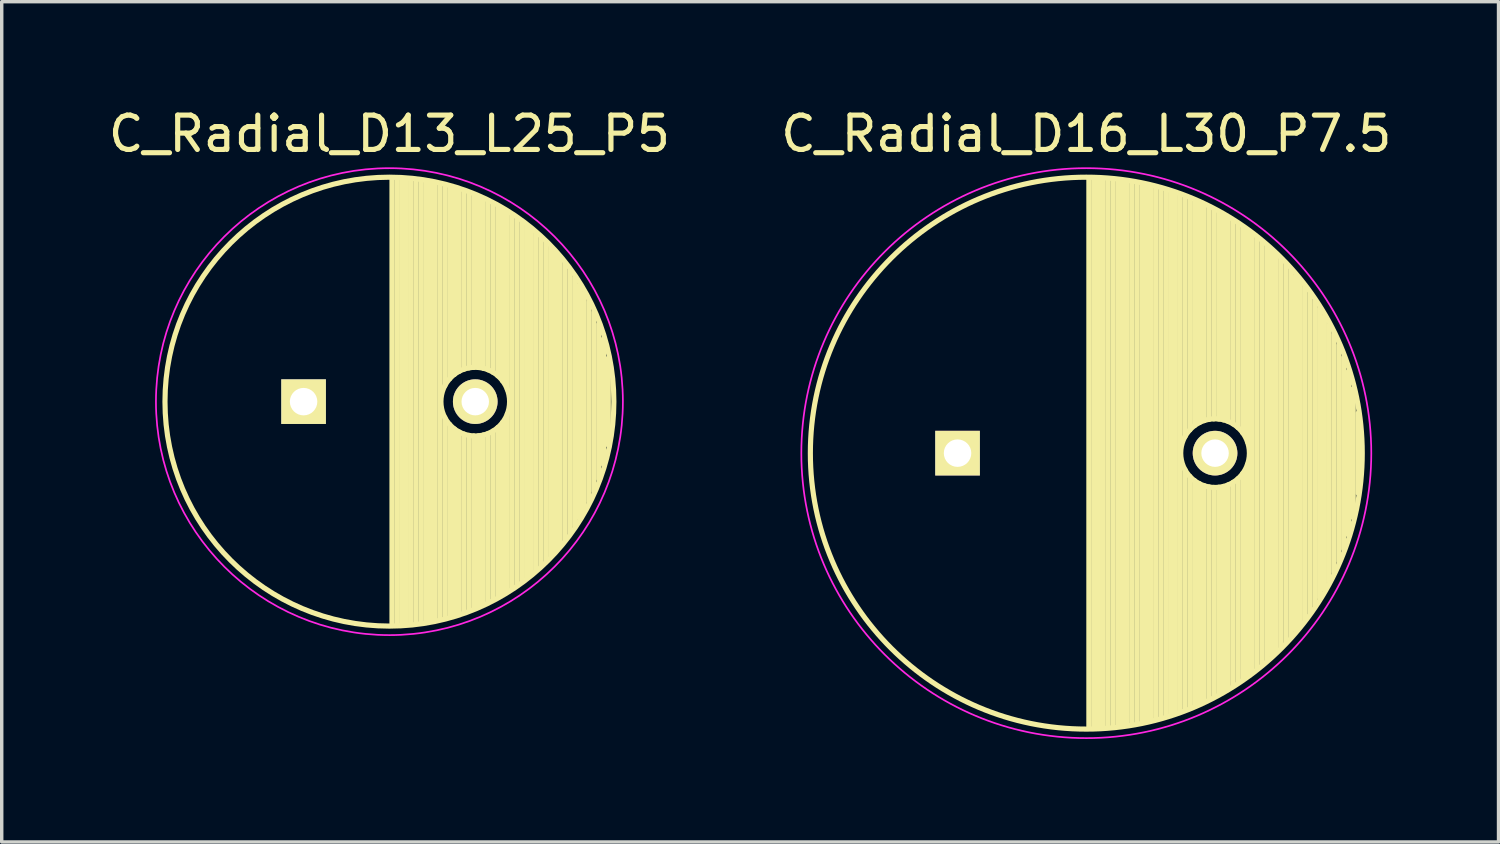
<source format=kicad_pcb>
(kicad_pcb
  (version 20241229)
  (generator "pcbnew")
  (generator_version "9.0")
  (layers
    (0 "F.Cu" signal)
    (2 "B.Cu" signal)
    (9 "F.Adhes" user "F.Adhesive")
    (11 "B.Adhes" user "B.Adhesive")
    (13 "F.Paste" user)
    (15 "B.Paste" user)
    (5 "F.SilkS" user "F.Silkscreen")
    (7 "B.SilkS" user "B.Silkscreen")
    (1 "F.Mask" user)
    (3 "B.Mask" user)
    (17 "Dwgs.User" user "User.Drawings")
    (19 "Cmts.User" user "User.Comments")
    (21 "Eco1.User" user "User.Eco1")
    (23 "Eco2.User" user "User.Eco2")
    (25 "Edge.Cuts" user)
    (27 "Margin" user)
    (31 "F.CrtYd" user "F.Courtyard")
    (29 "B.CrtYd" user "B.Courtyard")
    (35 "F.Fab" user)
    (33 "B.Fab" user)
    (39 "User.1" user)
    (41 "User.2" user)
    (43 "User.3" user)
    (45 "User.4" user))
  (footprint "C_Radial_D13_L25_P5"
    (layer "F.Cu")
    (at 5.792 8.648)
    (property "Reference" "C_Radial_D13_L25_P5" (at 2.5 -7.8 0) (layer "F.SilkS") (effects (font (size 1 1) (thickness 0.15))))
    (attr through_hole)
    (fp_line (start 2.575 -6.5) (end 2.575 6.5) (stroke (width 0.15) (type solid)) (layer "F.SilkS"))
    (fp_line (start 2.715 -6.496) (end 2.715 6.496) (stroke (width 0.15) (type solid)) (layer "F.SilkS"))
    (fp_line (start 2.855 -6.49) (end 2.855 6.49) (stroke (width 0.15) (type solid)) (layer "F.SilkS"))
    (fp_line (start 2.995 -6.481) (end 2.995 6.481) (stroke (width 0.15) (type solid)) (layer "F.SilkS"))
    (fp_line (start 3.135 -6.469) (end 3.135 6.469) (stroke (width 0.15) (type solid)) (layer "F.SilkS"))
    (fp_line (start 3.275 -6.454) (end 3.275 6.454) (stroke (width 0.15) (type solid)) (layer "F.SilkS"))
    (fp_line (start 3.415 -6.435) (end 3.415 6.435) (stroke (width 0.15) (type solid)) (layer "F.SilkS"))
    (fp_line (start 3.555 -6.414) (end 3.555 6.414) (stroke (width 0.15) (type solid)) (layer "F.SilkS"))
    (fp_line (start 3.695 -6.389) (end 3.695 6.389) (stroke (width 0.15) (type solid)) (layer "F.SilkS"))
    (fp_line (start 3.835 -6.361) (end 3.835 6.361) (stroke (width 0.15) (type solid)) (layer "F.SilkS"))
    (fp_line (start 3.975 -6.33) (end 3.975 6.33) (stroke (width 0.15) (type solid)) (layer "F.SilkS"))
    (fp_line (start 4.115 -6.296) (end 4.115 -0.466) (stroke (width 0.15) (type solid)) (layer "F.SilkS"))
    (fp_line (start 4.115 0.466) (end 4.115 6.296) (stroke (width 0.15) (type solid)) (layer "F.SilkS"))
    (fp_line (start 4.255 -6.259) (end 4.255 -0.667) (stroke (width 0.15) (type solid)) (layer "F.SilkS"))
    (fp_line (start 4.255 0.667) (end 4.255 6.259) (stroke (width 0.15) (type solid)) (layer "F.SilkS"))
    (fp_line (start 4.395 -6.218) (end 4.395 -0.796) (stroke (width 0.15) (type solid)) (layer "F.SilkS"))
    (fp_line (start 4.395 0.796) (end 4.395 6.218) (stroke (width 0.15) (type solid)) (layer "F.SilkS"))
    (fp_line (start 4.535 -6.173) (end 4.535 -0.885) (stroke (width 0.15) (type solid)) (layer "F.SilkS"))
    (fp_line (start 4.535 0.885) (end 4.535 6.173) (stroke (width 0.15) (type solid)) (layer "F.SilkS"))
    (fp_line (start 4.675 -6.125) (end 4.675 -0.946) (stroke (width 0.15) (type solid)) (layer "F.SilkS"))
    (fp_line (start 4.675 0.946) (end 4.675 6.125) (stroke (width 0.15) (type solid)) (layer "F.SilkS"))
    (fp_line (start 4.815 -6.074) (end 4.815 -0.983) (stroke (width 0.15) (type solid)) (layer "F.SilkS"))
    (fp_line (start 4.815 0.983) (end 4.815 6.074) (stroke (width 0.15) (type solid)) (layer "F.SilkS"))
    (fp_line (start 4.955 -6.019) (end 4.955 -0.999) (stroke (width 0.15) (type solid)) (layer "F.SilkS"))
    (fp_line (start 4.955 0.999) (end 4.955 6.019) (stroke (width 0.15) (type solid)) (layer "F.SilkS"))
    (fp_line (start 5.095 -5.96) (end 5.095 -0.995) (stroke (width 0.15) (type solid)) (layer "F.SilkS"))
    (fp_line (start 5.095 0.995) (end 5.095 5.96) (stroke (width 0.15) (type solid)) (layer "F.SilkS"))
    (fp_line (start 5.235 -5.897) (end 5.235 -0.972) (stroke (width 0.15) (type solid)) (layer "F.SilkS"))
    (fp_line (start 5.235 0.972) (end 5.235 5.897) (stroke (width 0.15) (type solid)) (layer "F.SilkS"))
    (fp_line (start 5.375 -5.83) (end 5.375 -0.927) (stroke (width 0.15) (type solid)) (layer "F.SilkS"))
    (fp_line (start 5.375 0.927) (end 5.375 5.83) (stroke (width 0.15) (type solid)) (layer "F.SilkS"))
    (fp_line (start 5.515 -5.758) (end 5.515 -0.857) (stroke (width 0.15) (type solid)) (layer "F.SilkS"))
    (fp_line (start 5.515 0.857) (end 5.515 5.758) (stroke (width 0.15) (type solid)) (layer "F.SilkS"))
    (fp_line (start 5.655 -5.683) (end 5.655 -0.756) (stroke (width 0.15) (type solid)) (layer "F.SilkS"))
    (fp_line (start 5.655 0.756) (end 5.655 5.683) (stroke (width 0.15) (type solid)) (layer "F.SilkS"))
    (fp_line (start 5.795 -5.603) (end 5.795 -0.607) (stroke (width 0.15) (type solid)) (layer "F.SilkS"))
    (fp_line (start 5.795 0.607) (end 5.795 5.603) (stroke (width 0.15) (type solid)) (layer "F.SilkS"))
    (fp_line (start 5.935 -5.518) (end 5.935 -0.355) (stroke (width 0.15) (type solid)) (layer "F.SilkS"))
    (fp_line (start 5.935 0.355) (end 5.935 5.518) (stroke (width 0.15) (type solid)) (layer "F.SilkS"))
    (fp_line (start 6.075 -5.429) (end 6.075 5.429) (stroke (width 0.15) (type solid)) (layer "F.SilkS"))
    (fp_line (start 6.215 -5.334) (end 6.215 5.334) (stroke (width 0.15) (type solid)) (layer "F.SilkS"))
    (fp_line (start 6.355 -5.233) (end 6.355 5.233) (stroke (width 0.15) (type solid)) (layer "F.SilkS"))
    (fp_line (start 6.495 -5.127) (end 6.495 5.127) (stroke (width 0.15) (type solid)) (layer "F.SilkS"))
    (fp_line (start 6.635 -5.015) (end 6.635 5.015) (stroke (width 0.15) (type solid)) (layer "F.SilkS"))
    (fp_line (start 6.775 -4.896) (end 6.775 4.896) (stroke (width 0.15) (type solid)) (layer "F.SilkS"))
    (fp_line (start 6.915 -4.771) (end 6.915 4.771) (stroke (width 0.15) (type solid)) (layer "F.SilkS"))
    (fp_line (start 7.055 -4.637) (end 7.055 4.637) (stroke (width 0.15) (type solid)) (layer "F.SilkS"))
    (fp_line (start 7.195 -4.495) (end 7.195 4.495) (stroke (width 0.15) (type solid)) (layer "F.SilkS"))
    (fp_line (start 7.335 -4.344) (end 7.335 4.344) (stroke (width 0.15) (type solid)) (layer "F.SilkS"))
    (fp_line (start 7.475 -4.183) (end 7.475 4.183) (stroke (width 0.15) (type solid)) (layer "F.SilkS"))
    (fp_line (start 7.615 -4.011) (end 7.615 4.011) (stroke (width 0.15) (type solid)) (layer "F.SilkS"))
    (fp_line (start 7.755 -3.826) (end 7.755 3.826) (stroke (width 0.15) (type solid)) (layer "F.SilkS"))
    (fp_line (start 7.895 -3.625) (end 7.895 3.625) (stroke (width 0.15) (type solid)) (layer "F.SilkS"))
    (fp_line (start 8.035 -3.408) (end 8.035 3.408) (stroke (width 0.15) (type solid)) (layer "F.SilkS"))
    (fp_line (start 8.175 -3.169) (end 8.175 3.169) (stroke (width 0.15) (type solid)) (layer "F.SilkS"))
    (fp_line (start 8.315 -2.904) (end 8.315 2.904) (stroke (width 0.15) (type solid)) (layer "F.SilkS"))
    (fp_line (start 8.455 -2.605) (end 8.455 2.605) (stroke (width 0.15) (type solid)) (layer "F.SilkS"))
    (fp_line (start 8.595 -2.259) (end 8.595 2.259) (stroke (width 0.15) (type solid)) (layer "F.SilkS"))
    (fp_line (start 8.735 -1.837) (end 8.735 1.837) (stroke (width 0.15) (type solid)) (layer "F.SilkS"))
    (fp_line (start 8.875 -1.269) (end 8.875 1.269) (stroke (width 0.15) (type solid)) (layer "F.SilkS"))
    (fp_circle (center 2.5 0) (end 2.5 -6.537) (stroke (width 0.15) (type solid)) (fill no) (layer "F.SilkS"))
    (fp_circle (center 5 0) (end 5 -1) (stroke (width 0.15) (type solid)) (fill no) (layer "F.SilkS"))
    (fp_circle (center 2.5 0) (end 2.5 -6.8) (stroke (width 0.05) (type solid)) (fill no) (layer "F.CrtYd"))
    (pad "1" thru_hole rect (at 0 0) (size 1.3 1.3) (drill 0.8) (layers "*.Cu" "*.Mask" "F.SilkS"))
    (pad "2" thru_hole circle (at 5 0) (size 1.3 1.3) (drill 0.8) (layers "*.Cu" "*.Mask" "F.SilkS")))
  (footprint "C_Radial_D16_L30_P7.5"
    (layer "F.Cu")
    (at 24.839 10.148)
    (property "Reference" "C_Radial_D16_L30_P7.5" (at 3.75 -9.3 0) (layer "F.SilkS") (effects (font (size 1 1) (thickness 0.15))))
    (attr through_hole)
    (fp_line (start 3.825 -8) (end 3.825 8) (stroke (width 0.15) (type solid)) (layer "F.SilkS"))
    (fp_line (start 3.965 -7.997) (end 3.965 7.997) (stroke (width 0.15) (type solid)) (layer "F.SilkS"))
    (fp_line (start 4.105 -7.992) (end 4.105 7.992) (stroke (width 0.15) (type solid)) (layer "F.SilkS"))
    (fp_line (start 4.245 -7.985) (end 4.245 7.985) (stroke (width 0.15) (type solid)) (layer "F.SilkS"))
    (fp_line (start 4.385 -7.975) (end 4.385 7.975) (stroke (width 0.15) (type solid)) (layer "F.SilkS"))
    (fp_line (start 4.525 -7.962) (end 4.525 7.962) (stroke (width 0.15) (type solid)) (layer "F.SilkS"))
    (fp_line (start 4.665 -7.948) (end 4.665 7.948) (stroke (width 0.15) (type solid)) (layer "F.SilkS"))
    (fp_line (start 4.805 -7.93) (end 4.805 7.93) (stroke (width 0.15) (type solid)) (layer "F.SilkS"))
    (fp_line (start 4.945 -7.91) (end 4.945 7.91) (stroke (width 0.15) (type solid)) (layer "F.SilkS"))
    (fp_line (start 5.085 -7.888) (end 5.085 7.888) (stroke (width 0.15) (type solid)) (layer "F.SilkS"))
    (fp_line (start 5.225 -7.863) (end 5.225 7.863) (stroke (width 0.15) (type solid)) (layer "F.SilkS"))
    (fp_line (start 5.365 -7.835) (end 5.365 7.835) (stroke (width 0.15) (type solid)) (layer "F.SilkS"))
    (fp_line (start 5.505 -7.805) (end 5.505 7.805) (stroke (width 0.15) (type solid)) (layer "F.SilkS"))
    (fp_line (start 5.645 -7.772) (end 5.645 7.772) (stroke (width 0.15) (type solid)) (layer "F.SilkS"))
    (fp_line (start 5.785 -7.737) (end 5.785 7.737) (stroke (width 0.15) (type solid)) (layer "F.SilkS"))
    (fp_line (start 5.925 -7.699) (end 5.925 7.699) (stroke (width 0.15) (type solid)) (layer "F.SilkS"))
    (fp_line (start 6.065 -7.658) (end 6.065 7.658) (stroke (width 0.15) (type solid)) (layer "F.SilkS"))
    (fp_line (start 6.205 -7.614) (end 6.205 7.614) (stroke (width 0.15) (type solid)) (layer "F.SilkS"))
    (fp_line (start 6.345 -7.567) (end 6.345 7.567) (stroke (width 0.15) (type solid)) (layer "F.SilkS"))
    (fp_line (start 6.485 -7.518) (end 6.485 7.518) (stroke (width 0.15) (type solid)) (layer "F.SilkS"))
    (fp_line (start 6.625 -7.466) (end 6.625 -0.484) (stroke (width 0.15) (type solid)) (layer "F.SilkS"))
    (fp_line (start 6.625 0.484) (end 6.625 7.466) (stroke (width 0.15) (type solid)) (layer "F.SilkS"))
    (fp_line (start 6.765 -7.41) (end 6.765 -0.678) (stroke (width 0.15) (type solid)) (layer "F.SilkS"))
    (fp_line (start 6.765 0.678) (end 6.765 7.41) (stroke (width 0.15) (type solid)) (layer "F.SilkS"))
    (fp_line (start 6.905 -7.352) (end 6.905 -0.804) (stroke (width 0.15) (type solid)) (layer "F.SilkS"))
    (fp_line (start 6.905 0.804) (end 6.905 7.352) (stroke (width 0.15) (type solid)) (layer "F.SilkS"))
    (fp_line (start 7.045 -7.29) (end 7.045 -0.89) (stroke (width 0.15) (type solid)) (layer "F.SilkS"))
    (fp_line (start 7.045 0.89) (end 7.045 7.29) (stroke (width 0.15) (type solid)) (layer "F.SilkS"))
    (fp_line (start 7.185 -7.225) (end 7.185 -0.949) (stroke (width 0.15) (type solid)) (layer "F.SilkS"))
    (fp_line (start 7.185 0.949) (end 7.185 7.225) (stroke (width 0.15) (type solid)) (layer "F.SilkS"))
    (fp_line (start 7.325 -7.157) (end 7.325 -0.985) (stroke (width 0.15) (type solid)) (layer "F.SilkS"))
    (fp_line (start 7.325 0.985) (end 7.325 7.157) (stroke (width 0.15) (type solid)) (layer "F.SilkS"))
    (fp_line (start 7.465 -7.085) (end 7.465 -0.999) (stroke (width 0.15) (type solid)) (layer "F.SilkS"))
    (fp_line (start 7.465 0.999) (end 7.465 7.085) (stroke (width 0.15) (type solid)) (layer "F.SilkS"))
    (fp_line (start 7.605 -7.01) (end 7.605 -0.994) (stroke (width 0.15) (type solid)) (layer "F.SilkS"))
    (fp_line (start 7.605 0.994) (end 7.605 7.01) (stroke (width 0.15) (type solid)) (layer "F.SilkS"))
    (fp_line (start 7.745 -6.931) (end 7.745 -0.97) (stroke (width 0.15) (type solid)) (layer "F.SilkS"))
    (fp_line (start 7.745 0.97) (end 7.745 6.931) (stroke (width 0.15) (type solid)) (layer "F.SilkS"))
    (fp_line (start 7.885 -6.848) (end 7.885 -0.923) (stroke (width 0.15) (type solid)) (layer "F.SilkS"))
    (fp_line (start 7.885 0.923) (end 7.885 6.848) (stroke (width 0.15) (type solid)) (layer "F.SilkS"))
    (fp_line (start 8.025 -6.762) (end 8.025 -0.851) (stroke (width 0.15) (type solid)) (layer "F.SilkS"))
    (fp_line (start 8.025 0.851) (end 8.025 6.762) (stroke (width 0.15) (type solid)) (layer "F.SilkS"))
    (fp_line (start 8.165 -6.671) (end 8.165 -0.747) (stroke (width 0.15) (type solid)) (layer "F.SilkS"))
    (fp_line (start 8.165 0.747) (end 8.165 6.671) (stroke (width 0.15) (type solid)) (layer "F.SilkS"))
    (fp_line (start 8.305 -6.577) (end 8.305 -0.593) (stroke (width 0.15) (type solid)) (layer "F.SilkS"))
    (fp_line (start 8.305 0.593) (end 8.305 6.577) (stroke (width 0.15) (type solid)) (layer "F.SilkS"))
    (fp_line (start 8.445 -6.477) (end 8.445 -0.327) (stroke (width 0.15) (type solid)) (layer "F.SilkS"))
    (fp_line (start 8.445 0.327) (end 8.445 6.477) (stroke (width 0.15) (type solid)) (layer "F.SilkS"))
    (fp_line (start 8.585 -6.374) (end 8.585 6.374) (stroke (width 0.15) (type solid)) (layer "F.SilkS"))
    (fp_line (start 8.725 -6.265) (end 8.725 6.265) (stroke (width 0.15) (type solid)) (layer "F.SilkS"))
    (fp_line (start 8.865 -6.151) (end 8.865 6.151) (stroke (width 0.15) (type solid)) (layer "F.SilkS"))
    (fp_line (start 9.005 -6.032) (end 9.005 6.032) (stroke (width 0.15) (type solid)) (layer "F.SilkS"))
    (fp_line (start 9.145 -5.907) (end 9.145 5.907) (stroke (width 0.15) (type solid)) (layer "F.SilkS"))
    (fp_line (start 9.285 -5.776) (end 9.285 5.776) (stroke (width 0.15) (type solid)) (layer "F.SilkS"))
    (fp_line (start 9.425 -5.639) (end 9.425 5.639) (stroke (width 0.15) (type solid)) (layer "F.SilkS"))
    (fp_line (start 9.565 -5.494) (end 9.565 5.494) (stroke (width 0.15) (type solid)) (layer "F.SilkS"))
    (fp_line (start 9.705 -5.342) (end 9.705 5.342) (stroke (width 0.15) (type solid)) (layer "F.SilkS"))
    (fp_line (start 9.845 -5.182) (end 9.845 5.182) (stroke (width 0.15) (type solid)) (layer "F.SilkS"))
    (fp_line (start 9.985 -5.012) (end 9.985 5.012) (stroke (width 0.15) (type solid)) (layer "F.SilkS"))
    (fp_line (start 10.125 -4.833) (end 10.125 4.833) (stroke (width 0.15) (type solid)) (layer "F.SilkS"))
    (fp_line (start 10.265 -4.643) (end 10.265 4.643) (stroke (width 0.15) (type solid)) (layer "F.SilkS"))
    (fp_line (start 10.405 -4.44) (end 10.405 4.44) (stroke (width 0.15) (type solid)) (layer "F.SilkS"))
    (fp_line (start 10.545 -4.222) (end 10.545 4.222) (stroke (width 0.15) (type solid)) (layer "F.SilkS"))
    (fp_line (start 10.685 -3.988) (end 10.685 3.988) (stroke (width 0.15) (type solid)) (layer "F.SilkS"))
    (fp_line (start 10.825 -3.734) (end 10.825 3.734) (stroke (width 0.15) (type solid)) (layer "F.SilkS"))
    (fp_line (start 10.965 -3.456) (end 10.965 3.456) (stroke (width 0.15) (type solid)) (layer "F.SilkS"))
    (fp_line (start 11.105 -3.147) (end 11.105 3.147) (stroke (width 0.15) (type solid)) (layer "F.SilkS"))
    (fp_line (start 11.245 -2.797) (end 11.245 2.797) (stroke (width 0.15) (type solid)) (layer "F.SilkS"))
    (fp_line (start 11.385 -2.389) (end 11.385 2.389) (stroke (width 0.15) (type solid)) (layer "F.SilkS"))
    (fp_line (start 11.525 -1.884) (end 11.525 1.884) (stroke (width 0.15) (type solid)) (layer "F.SilkS"))
    (fp_line (start 11.665 -1.163) (end 11.665 1.163) (stroke (width 0.15) (type solid)) (layer "F.SilkS"))
    (fp_circle (center 3.75 0) (end 3.75 -8.037) (stroke (width 0.15) (type solid)) (fill no) (layer "F.SilkS"))
    (fp_circle (center 7.5 0) (end 7.5 -1) (stroke (width 0.15) (type solid)) (fill no) (layer "F.SilkS"))
    (fp_circle (center 3.75 0) (end 3.75 -8.3) (stroke (width 0.05) (type solid)) (fill no) (layer "F.CrtYd"))
    (pad "1" thru_hole rect (at 0 0) (size 1.3 1.3) (drill 0.8) (layers "*.Cu" "*.Mask" "F.SilkS"))
    (pad "2" thru_hole circle (at 7.5 0) (size 1.3 1.3) (drill 0.8) (layers "*.Cu" "*.Mask" "F.SilkS")))
  (gr_rect
    (start -3 -3)
    (end 40.595 21.473)
    (stroke (width 0.1) (type default))
    (fill no)
    (layer "Edge.Cuts")))
</source>
